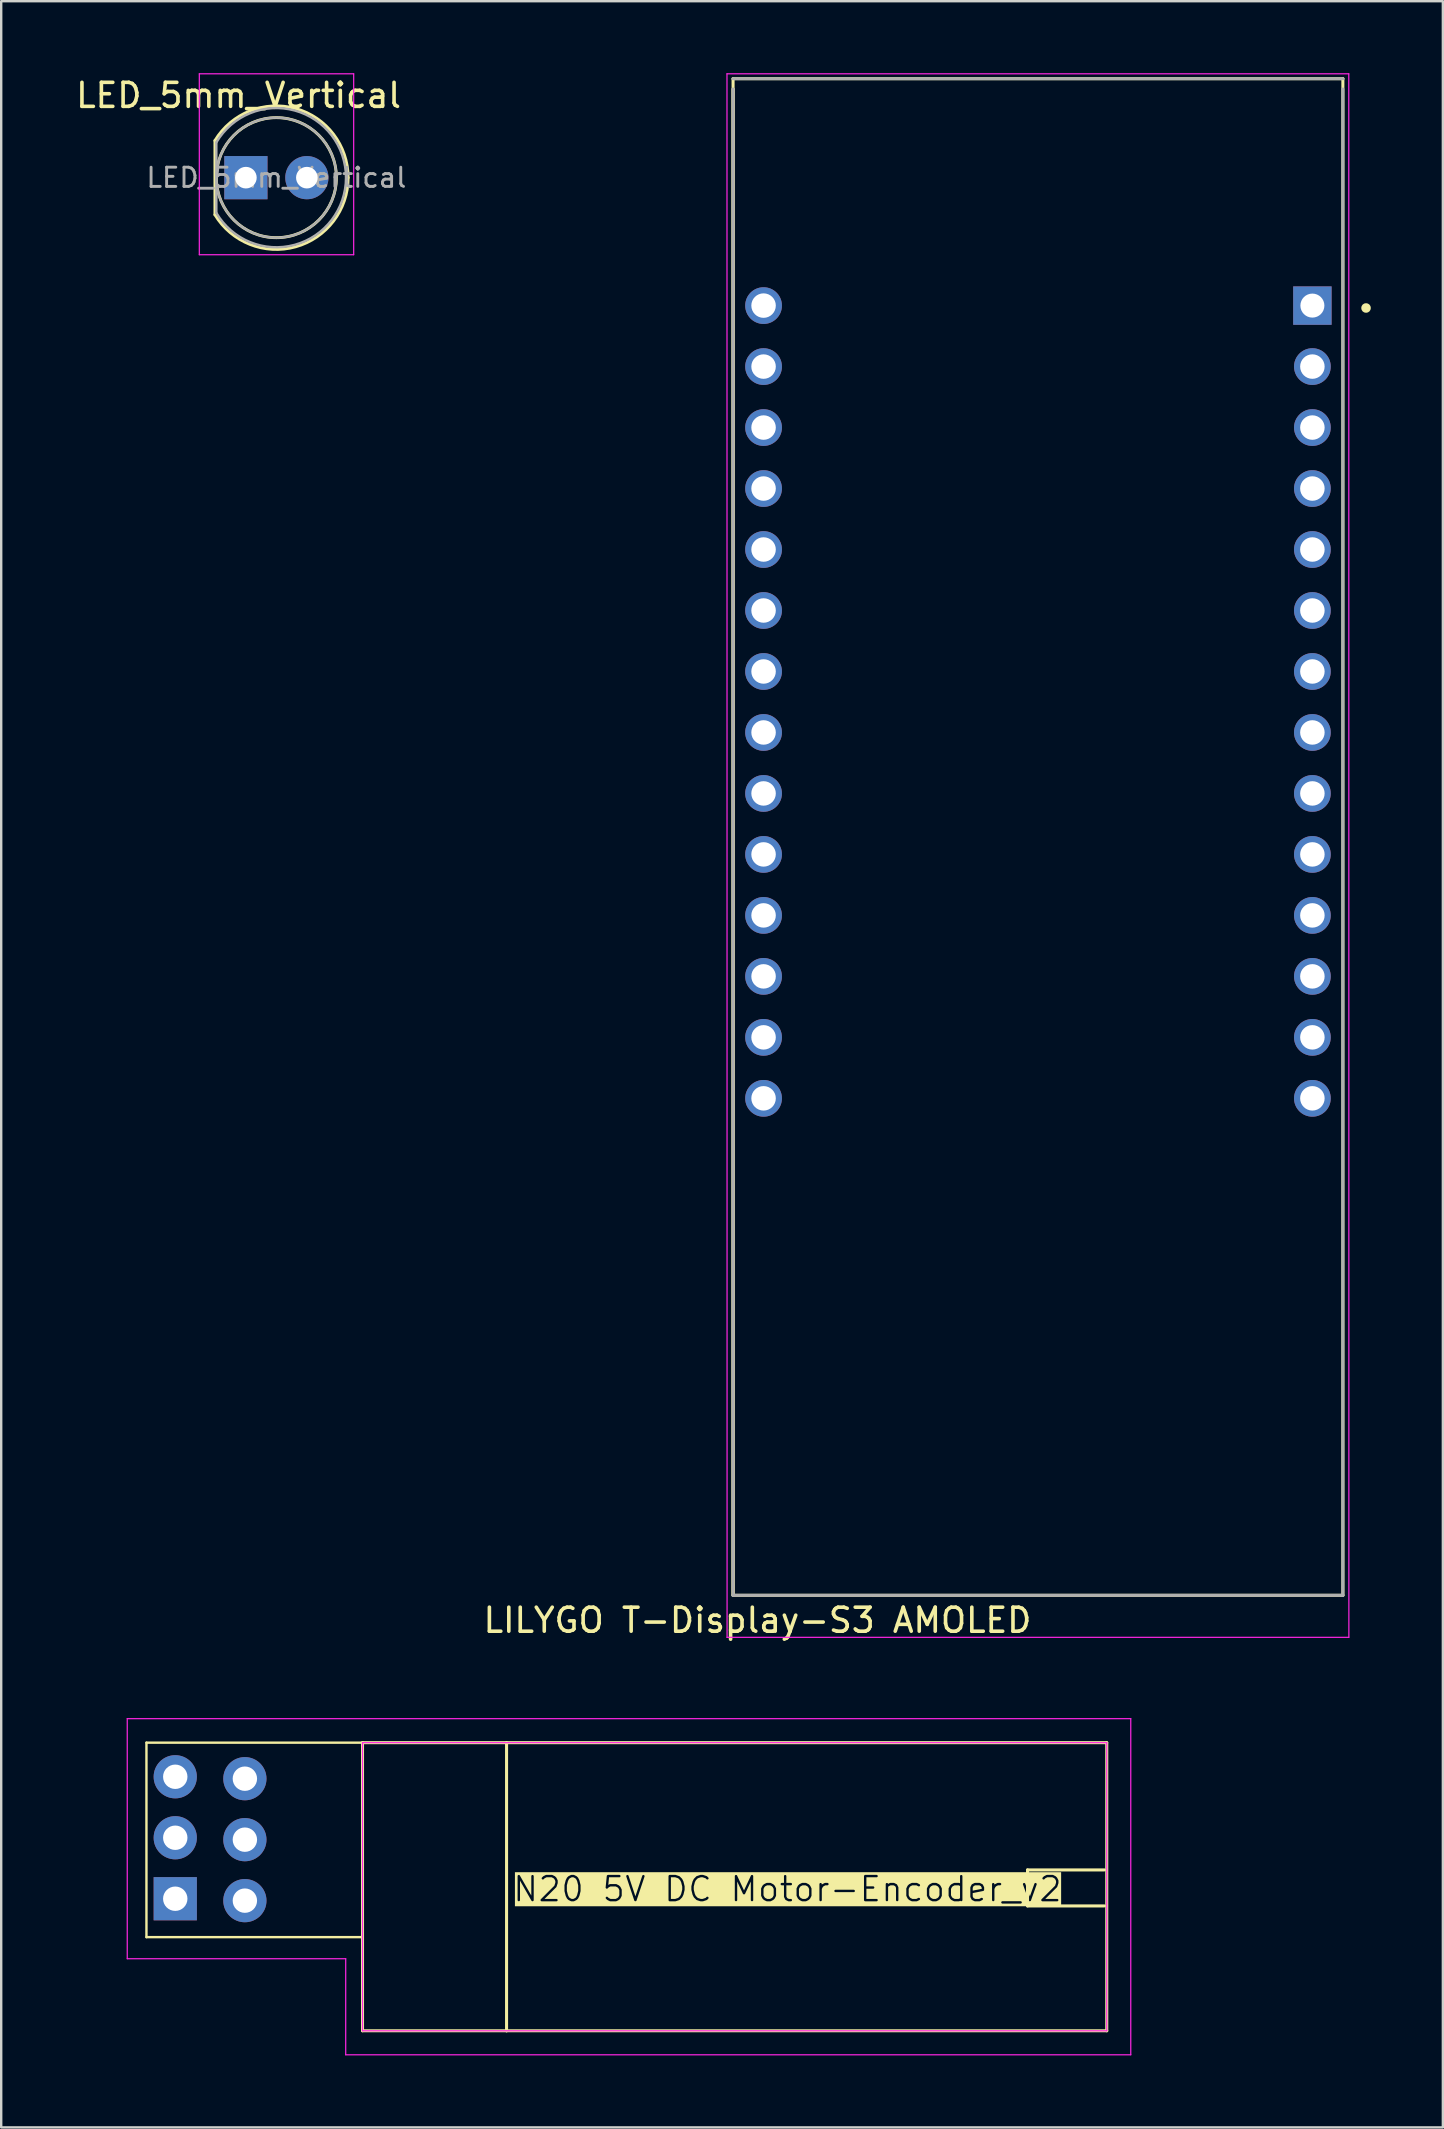
<source format=kicad_pcb>
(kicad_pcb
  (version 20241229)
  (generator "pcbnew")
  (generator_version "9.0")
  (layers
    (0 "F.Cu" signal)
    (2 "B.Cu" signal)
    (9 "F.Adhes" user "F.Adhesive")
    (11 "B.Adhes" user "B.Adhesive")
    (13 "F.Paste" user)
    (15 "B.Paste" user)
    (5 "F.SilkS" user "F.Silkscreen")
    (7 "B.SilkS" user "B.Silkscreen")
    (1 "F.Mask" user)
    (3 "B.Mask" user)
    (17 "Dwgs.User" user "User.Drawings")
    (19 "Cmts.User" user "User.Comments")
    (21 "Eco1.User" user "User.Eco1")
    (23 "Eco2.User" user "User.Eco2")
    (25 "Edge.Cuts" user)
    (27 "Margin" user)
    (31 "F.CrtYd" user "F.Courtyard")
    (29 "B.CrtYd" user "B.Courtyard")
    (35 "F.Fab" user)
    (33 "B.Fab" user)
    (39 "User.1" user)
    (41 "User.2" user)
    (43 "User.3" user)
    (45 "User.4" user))
  (footprint "N20 5V DC Motor-Encoder_v2"
    (layer "F.Cu")
    (at 0.25 68.538)
    (property "Reference" "N20 5V DC Motor-Encoder_v2" (at 29.5 7.1 0) (unlocked yes) (layer "F.SilkS" knockout) (effects (font (size 1 1) (thickness 0.1))))
    (attr through_hole)
    (fp_line (start 2.8 1) (end 2.8 9.1) (stroke (width 0.1) (type default)) (layer "F.SilkS"))
    (fp_line (start 11.8 1) (end 2.8 1) (stroke (width 0.1) (type default)) (layer "F.SilkS"))
    (fp_line (start 11.8 1) (end 42.8 1) (stroke (width 0.127) (type solid)) (layer "F.SilkS"))
    (fp_line (start 11.8 9.1) (end 2.8 9.1) (stroke (width 0.1) (type default)) (layer "F.SilkS"))
    (fp_line (start 11.8 13) (end 11.8 1) (stroke (width 0.127) (type solid)) (layer "F.SilkS"))
    (fp_line (start 11.8 13) (end 17.8 13) (stroke (width 0.127) (type solid)) (layer "F.SilkS"))
    (fp_line (start 17.8 1) (end 17.8 13) (stroke (width 0.127) (type solid)) (layer "F.SilkS"))
    (fp_line (start 17.8 13) (end 42.8 13) (stroke (width 0.127) (type solid)) (layer "F.SilkS"))
    (fp_line (start 39.5 6.3) (end 39.5 7.8) (stroke (width 0.127) (type solid)) (layer "F.SilkS"))
    (fp_line (start 42.7 6.3) (end 39.5 6.3) (stroke (width 0.127) (type solid)) (layer "F.SilkS"))
    (fp_line (start 42.7 7.8) (end 39.5 7.8) (stroke (width 0.127) (type solid)) (layer "F.SilkS"))
    (fp_line (start 42.8 1) (end 42.8 13) (stroke (width 0.127) (type solid)) (layer "F.SilkS"))
    (fp_line (start 2 10) (end 2 0) (stroke (width 0.05) (type default)) (layer "F.CrtYd"))
    (fp_line (start 2 10) (end 11.1 10) (stroke (width 0.05) (type default)) (layer "F.CrtYd"))
    (fp_line (start 11.1 14) (end 11.1 10) (stroke (width 0.05) (type solid)) (layer "F.CrtYd"))
    (fp_line (start 11.1 14) (end 43.8 14) (stroke (width 0.05) (type solid)) (layer "F.CrtYd"))
    (fp_line (start 11.8 13) (end 11.8 1) (stroke (width 0.05) (type solid)) (layer "F.CrtYd"))
    (fp_line (start 11.8 13) (end 42.8 13) (stroke (width 0.05) (type solid)) (layer "F.CrtYd"))
    (fp_line (start 42.8 1) (end 11.8 1) (stroke (width 0.05) (type solid)) (layer "F.CrtYd"))
    (fp_line (start 42.8 1) (end 42.8 13) (stroke (width 0.05) (type solid)) (layer "F.CrtYd"))
    (fp_line (start 43.8 0) (end 2 0) (stroke (width 0.05) (type solid)) (layer "F.CrtYd"))
    (fp_line (start 43.8 0) (end 43.8 14) (stroke (width 0.05) (type solid)) (layer "F.CrtYd"))
    (pad "1" thru_hole circle (at 6.9 2.5 90) (size 1.8 1.8) (drill 1.016) (layers "*.Cu" "F.Mask"))
    (pad "2" thru_hole circle (at 6.9 5.04 90) (size 1.8 1.8) (drill 1.016) (layers "*.Cu" "F.Mask"))
    (pad "3" thru_hole circle (at 6.9 7.58 90) (size 1.8 1.8) (drill 1.016) (layers "*.Cu" "F.Mask"))
    (pad "4" thru_hole circle (at 4 2.42 90) (size 1.8 1.8) (drill 1.016) (layers "*.Cu" "F.Mask"))
    (pad "5" thru_hole circle (at 4 4.96 90) (size 1.8 1.8) (drill 1.016) (layers "*.Cu" "F.Mask"))
    (pad "6" thru_hole rect (at 4 7.5 90) (size 1.8 1.8) (drill 1.016) (layers "*.Cu" "F.Mask")))
  (footprint "LILYGO T-Display-S3 AMOLED"
    (layer "F.Cu")
    (at 40.185 32.029)
    (property "Reference" "LILYGO T-Display-S3 AMOLED" (at -11.684 32.41 0) (layer "F.SilkS") (effects (font (size 1 1) (thickness 0.15))))
    (attr through_hole)
    (fp_line (start -12.7 -31.801) (end 12.7 -31.801) (stroke (width 0.127) (type solid)) (layer "F.SilkS"))
    (fp_line (start -12.7 31.37) (end -12.7 -31.801) (stroke (width 0.127) (type solid)) (layer "F.SilkS"))
    (fp_line (start -12.7 31.37) (end -12.7 -31.37) (stroke (width 0.127) (type solid)) (layer "F.SilkS"))
    (fp_line (start 12.7 -31.801) (end 12.7 31.37) (stroke (width 0.127) (type solid)) (layer "F.SilkS"))
    (fp_line (start 12.7 31.37) (end -12.7 31.37) (stroke (width 0.127) (type solid)) (layer "F.SilkS"))
    (fp_circle (center 13.665 -22.25) (end 13.765 -22.25) (stroke (width 0.2) (type solid)) (fill no) (layer "F.SilkS"))
    (fp_line (start -12.954 -32.004) (end -12.95 33.122) (stroke (width 0.05) (type solid)) (layer "F.CrtYd"))
    (fp_line (start -12.954 33.122) (end 12.946 33.122) (stroke (width 0.05) (type solid)) (layer "F.CrtYd"))
    (fp_line (start 12.946 -32.004) (end -12.954 -32.004) (stroke (width 0.05) (type solid)) (layer "F.CrtYd"))
    (fp_line (start 12.95 33.122) (end 12.946 -32.004) (stroke (width 0.05) (type solid)) (layer "F.CrtYd"))
    (fp_line (start -12.7 -31.801) (end 12.7 -31.801) (stroke (width 0.127) (type solid)) (layer "F.Fab"))
    (fp_line (start -12.7 31.37) (end -12.7 -31.37) (stroke (width 0.127) (type solid)) (layer "F.Fab"))
    (fp_line (start 12.7 -31.37) (end 12.7 31.37) (stroke (width 0.127) (type solid)) (layer "F.Fab"))
    (fp_line (start 12.7 31.37) (end -12.7 31.37) (stroke (width 0.127) (type solid)) (layer "F.Fab"))
    (pad "1" thru_hole rect (at 11.43 -22.35) (size 1.6 1.6) (drill 1) (layers "*.Cu" "B.Mask"))
    (pad "2" thru_hole circle (at 11.43 -19.81) (size 1.53 1.53) (drill 1.02) (layers "*.Cu" "B.Mask"))
    (pad "3" thru_hole circle (at 11.43 -17.27) (size 1.53 1.53) (drill 1.02) (layers "*.Cu" "B.Mask"))
    (pad "4" thru_hole circle (at 11.43 -14.73) (size 1.53 1.53) (drill 1.02) (layers "*.Cu" "B.Mask"))
    (pad "5" thru_hole circle (at 11.43 -12.19) (size 1.53 1.53) (drill 1.02) (layers "*.Cu" "B.Mask"))
    (pad "6" thru_hole circle (at 11.43 -9.65) (size 1.53 1.53) (drill 1.02) (layers "*.Cu" "B.Mask"))
    (pad "7" thru_hole circle (at 11.43 -7.11) (size 1.53 1.53) (drill 1.02) (layers "*.Cu" "B.Mask"))
    (pad "8" thru_hole circle (at 11.43 -4.57) (size 1.53 1.53) (drill 1.02) (layers "*.Cu" "B.Mask"))
    (pad "9" thru_hole circle (at 11.43 -2.03) (size 1.53 1.53) (drill 1.02) (layers "*.Cu" "B.Mask"))
    (pad "10" thru_hole circle (at 11.43 0.51) (size 1.53 1.53) (drill 1.02) (layers "*.Cu" "B.Mask"))
    (pad "11" thru_hole circle (at 11.43 3.05) (size 1.53 1.53) (drill 1.02) (layers "*.Cu" "B.Mask"))
    (pad "12" thru_hole circle (at 11.43 5.59) (size 1.53 1.53) (drill 1.02) (layers "*.Cu" "B.Mask"))
    (pad "13" thru_hole circle (at 11.43 8.13) (size 1.53 1.53) (drill 1.02) (layers "*.Cu" "B.Mask"))
    (pad "14" thru_hole circle (at 11.43 10.67) (size 1.53 1.53) (drill 1.02) (layers "*.Cu" "B.Mask"))
    (pad "15" thru_hole circle (at -11.43 10.67) (size 1.53 1.53) (drill 1.02) (layers "*.Cu" "B.Mask"))
    (pad "16" thru_hole circle (at -11.43 8.13) (size 1.53 1.53) (drill 1.02) (layers "*.Cu" "B.Mask"))
    (pad "17" thru_hole circle (at -11.43 5.59) (size 1.53 1.53) (drill 1.02) (layers "*.Cu" "B.Mask"))
    (pad "18" thru_hole circle (at -11.43 3.05) (size 1.53 1.53) (drill 1.02) (layers "*.Cu" "B.Mask"))
    (pad "19" thru_hole circle (at -11.43 0.51) (size 1.53 1.53) (drill 1.02) (layers "*.Cu" "B.Mask"))
    (pad "20" thru_hole circle (at -11.43 -2.03) (size 1.53 1.53) (drill 1.02) (layers "*.Cu" "B.Mask"))
    (pad "21" thru_hole circle (at -11.43 -4.57) (size 1.53 1.53) (drill 1.02) (layers "*.Cu" "B.Mask"))
    (pad "22" thru_hole circle (at -11.43 -7.11) (size 1.53 1.53) (drill 1.02) (layers "*.Cu" "B.Mask"))
    (pad "23" thru_hole circle (at -11.43 -9.65) (size 1.53 1.53) (drill 1.02) (layers "*.Cu" "B.Mask"))
    (pad "24" thru_hole circle (at -11.43 -12.19) (size 1.53 1.53) (drill 1.02) (layers "*.Cu" "B.Mask"))
    (pad "25" thru_hole circle (at -11.43 -14.73) (size 1.53 1.53) (drill 1.02) (layers "*.Cu" "B.Mask"))
    (pad "26" thru_hole circle (at -11.43 -17.27) (size 1.53 1.53) (drill 1.02) (layers "*.Cu" "B.Mask"))
    (pad "27" thru_hole circle (at -11.43 -19.81) (size 1.53 1.53) (drill 1.02) (layers "*.Cu" "B.Mask"))
    (pad "28" thru_hole circle (at -11.43 -22.35) (size 1.53 1.53) (drill 1.02) (layers "*.Cu" "B.Mask")))
  (footprint "LED_5mm_Vertical"
    (layer "F.Cu")
    (at 7.192 3.235)
    (property "Reference" "LED_5mm_Vertical" (at -0.305 -2.311 0) (layer "F.SilkS") (effects (font (size 1 1) (thickness 0.15))))
    (attr through_hole)
    (fp_line (start -1.29 -0.43) (end -1.29 2.66) (stroke (width 0.12) (type solid)) (layer "F.SilkS"))
    (fp_arc (start -1.29 -0.42963) (mid 2.071756 -1.765301) (end 4.26 1.115152) (stroke (width 0.12) (type solid)) (layer "F.SilkS"))
    (fp_arc (start 4.26 1.115248) (mid 2.071756 3.995701) (end -1.29 2.66003) (stroke (width 0.12) (type solid)) (layer "F.SilkS"))
    (fp_circle (center 1.27 1.115) (end 3.77 1.115) (stroke (width 0.12) (type solid)) (fill no) (layer "F.SilkS"))
    (fp_line (start -1.94 -3.21) (end -1.94 4.325) (stroke (width 0.05) (type solid)) (layer "F.CrtYd"))
    (fp_line (start -1.94 4.325) (end 4.49 4.325) (stroke (width 0.05) (type solid)) (layer "F.CrtYd"))
    (fp_line (start 4.49 -3.21) (end -1.94 -3.21) (stroke (width 0.05) (type solid)) (layer "F.CrtYd"))
    (fp_line (start 4.49 4.325) (end 4.49 -3.21) (stroke (width 0.05) (type solid)) (layer "F.CrtYd"))
    (fp_line (start -1.23 -0.354) (end -1.23 2.585) (stroke (width 0.1) (type solid)) (layer "F.Fab"))
    (fp_arc (start -1.23 -0.354494) (mid 4.17 1.115155) (end -1.229954 2.584972) (stroke (width 0.1) (type solid)) (layer "F.Fab"))
    (fp_circle (center 1.27 1.115) (end 3.77 1.115) (stroke (width 0.1) (type solid)) (fill no) (layer "F.Fab"))
    (fp_text user "${REFERENCE}" (at 1.27 1.115 0) (layer "F.Fab") (effects (font (size 0.8 0.8) (thickness 0.12))))
    (pad "1" thru_hole rect (at 0 1.115) (size 1.8 1.8) (drill 0.9) (layers "*.Cu" "B.Mask"))
    (pad "2" thru_hole circle (at 2.54 1.115) (size 1.8 1.8) (drill 0.9) (layers "*.Cu" "B.Mask")))
  (gr_rect
    (start -3 -3)
    (end 57.05 85.563)
    (stroke (width 0.1) (type default))
    (fill no)
    (layer "Edge.Cuts")))
</source>
